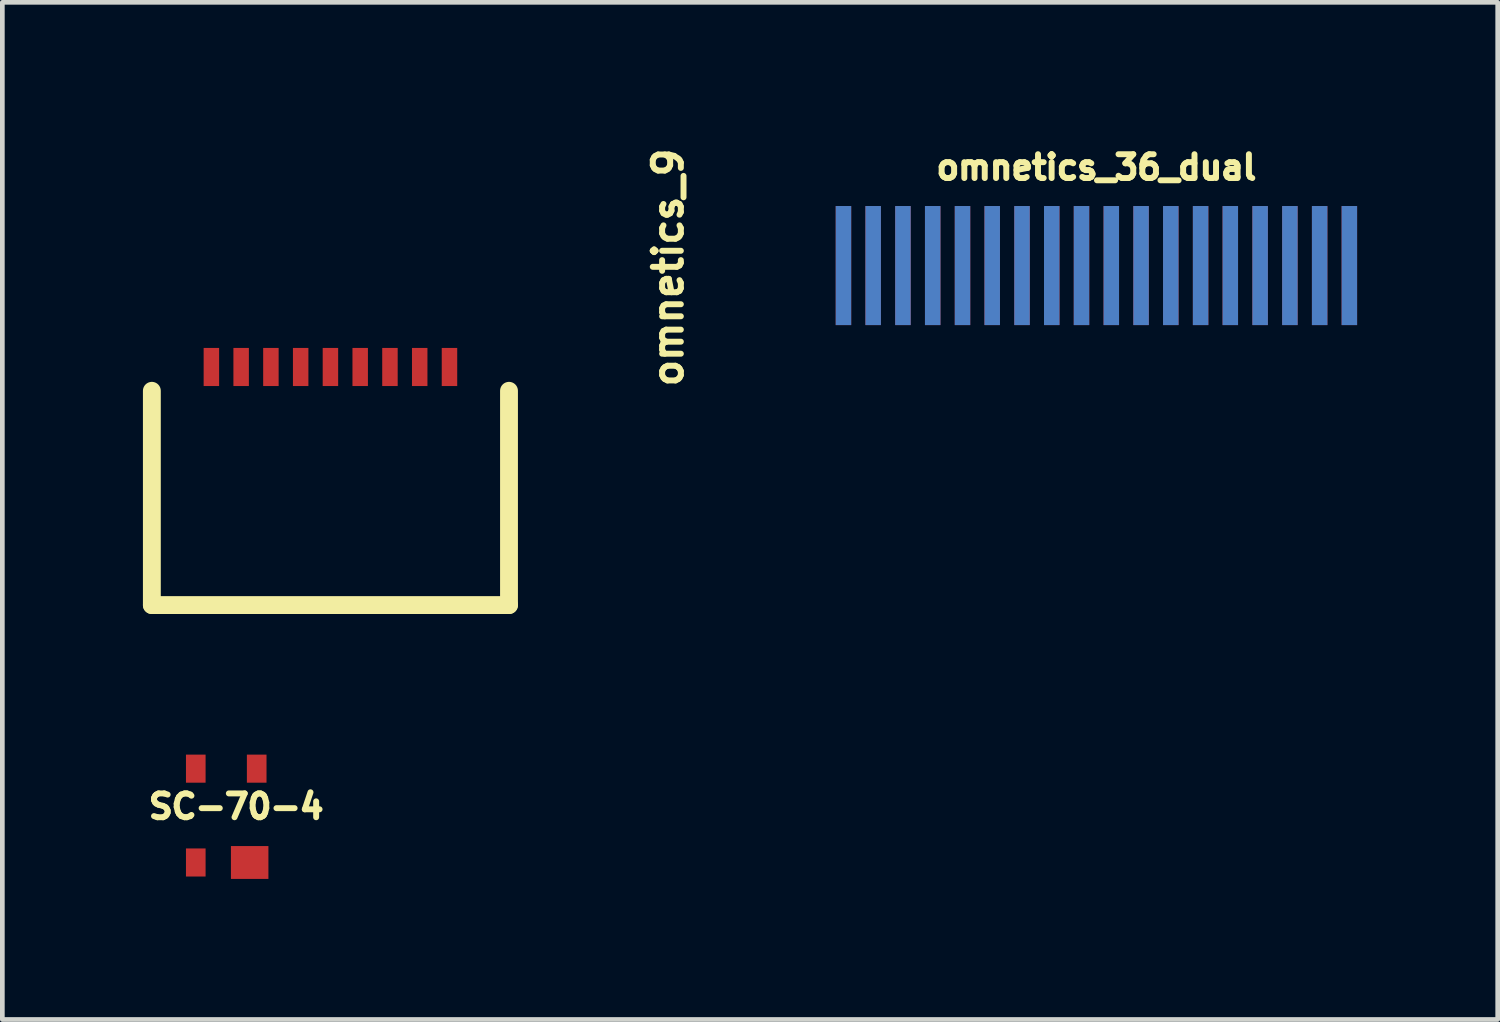
<source format=kicad_pcb>
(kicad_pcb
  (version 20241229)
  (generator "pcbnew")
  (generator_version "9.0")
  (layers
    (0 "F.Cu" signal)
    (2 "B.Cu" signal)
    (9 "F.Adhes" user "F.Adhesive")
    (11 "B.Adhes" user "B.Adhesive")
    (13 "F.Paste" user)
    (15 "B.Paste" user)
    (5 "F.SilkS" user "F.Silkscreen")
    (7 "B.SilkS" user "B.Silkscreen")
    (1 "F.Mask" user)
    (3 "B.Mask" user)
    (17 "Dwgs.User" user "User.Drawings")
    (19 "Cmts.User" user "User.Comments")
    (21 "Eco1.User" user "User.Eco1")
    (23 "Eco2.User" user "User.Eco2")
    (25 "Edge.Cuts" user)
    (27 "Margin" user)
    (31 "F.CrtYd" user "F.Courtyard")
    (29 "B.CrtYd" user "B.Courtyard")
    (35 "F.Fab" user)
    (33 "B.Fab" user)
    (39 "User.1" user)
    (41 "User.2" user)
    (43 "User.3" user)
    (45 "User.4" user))
  (footprint "omnetics_9"
    (layer "F.Cu")
    (at 4 4.78)
    (property "Reference" "omnetics_9" (at 7.206 -2.123 90) (layer "F.SilkS") (effects (font (size 0.599 0.599) (thickness 0.127))))
    (attr through_hole)
    (fp_line (start -3.81 5.08) (end -3.81 0.508) (stroke (width 0.381) (type solid)) (layer "F.SilkS"))
    (fp_line (start 3.81 0.508) (end 3.81 5.08) (stroke (width 0.381) (type solid)) (layer "F.SilkS"))
    (fp_line (start 3.81 5.08) (end -3.81 5.08) (stroke (width 0.381) (type solid)) (layer "F.SilkS"))
    (pad "1" smd rect (at -2.54 0) (size 0.33 0.813) (layers "F.Cu" "F.Mask" "F.Paste"))
    (pad "2" smd rect (at -1.905 0) (size 0.33 0.813) (layers "F.Cu" "F.Mask" "F.Paste"))
    (pad "3" smd rect (at -1.27 0) (size 0.33 0.813) (layers "F.Cu" "F.Mask" "F.Paste"))
    (pad "4" smd rect (at -0.635 0) (size 0.33 0.813) (layers "F.Cu" "F.Mask" "F.Paste"))
    (pad "5" smd rect (at 0 0) (size 0.33 0.813) (layers "F.Cu" "F.Mask" "F.Paste"))
    (pad "6" smd rect (at 0.635 0) (size 0.33 0.813) (layers "F.Cu" "F.Mask" "F.Paste"))
    (pad "7" smd rect (at 1.27 0) (size 0.33 0.813) (layers "F.Cu" "F.Mask" "F.Paste"))
    (pad "8" smd rect (at 1.905 0) (size 0.33 0.813) (layers "F.Cu" "F.Mask" "F.Paste"))
    (pad "9" smd rect (at 2.54 0) (size 0.33 0.813) (layers "F.Cu" "F.Mask" "F.Paste")))
  (footprint "omnetics_36_dual"
    (layer "F.Cu")
    (at 20.343 2.552)
    (property "Reference" "omnetics_36_dual" (at 0 -2.032 0) (layer "F.SilkS") (effects (font (size 0.508 0.508) (thickness 0.127))))
    (attr through_hole)
    (pad "1" smd rect (at -5.397 0.064) (size 0.33 2.54) (layers "F.Cu" "F.Mask" "F.Paste"))
    (pad "2" smd rect (at -4.763 0.064) (size 0.33 2.54) (layers "F.Cu" "F.Mask" "F.Paste"))
    (pad "3" smd rect (at -4.128 0.064) (size 0.33 2.54) (layers "F.Cu" "F.Mask" "F.Paste"))
    (pad "4" smd rect (at -3.493 0.064) (size 0.33 2.54) (layers "F.Cu" "F.Mask" "F.Paste"))
    (pad "5" smd rect (at -2.857 0.064) (size 0.33 2.54) (layers "F.Cu" "F.Mask" "F.Paste"))
    (pad "6" smd rect (at -2.223 0.064) (size 0.33 2.54) (layers "F.Cu" "F.Mask" "F.Paste"))
    (pad "7" smd rect (at -1.587 0.064) (size 0.33 2.54) (layers "F.Cu" "F.Mask" "F.Paste"))
    (pad "8" smd rect (at -0.953 0.064) (size 0.33 2.54) (layers "F.Cu" "F.Mask" "F.Paste"))
    (pad "9" smd rect (at -0.318 0.064) (size 0.33 2.54) (layers "F.Cu" "F.Mask" "F.Paste"))
    (pad "10" smd rect (at 0.318 0.064) (size 0.33 2.54) (layers "F.Cu" "F.Mask" "F.Paste"))
    (pad "11" smd rect (at 0.953 0.064) (size 0.33 2.54) (layers "F.Cu" "F.Mask" "F.Paste"))
    (pad "12" smd rect (at 1.587 0.064) (size 0.33 2.54) (layers "F.Cu" "F.Mask" "F.Paste"))
    (pad "13" smd rect (at 2.223 0.064) (size 0.33 2.54) (layers "F.Cu" "F.Mask" "F.Paste"))
    (pad "14" smd rect (at 2.857 0.064) (size 0.33 2.54) (layers "F.Cu" "F.Mask" "F.Paste"))
    (pad "15" smd rect (at 3.493 0.064) (size 0.33 2.54) (layers "F.Cu" "F.Mask" "F.Paste"))
    (pad "16" smd rect (at 4.128 0.064) (size 0.33 2.54) (layers "F.Cu" "F.Mask" "F.Paste"))
    (pad "17" smd rect (at 4.763 0.064) (size 0.33 2.54) (layers "F.Cu" "F.Mask" "F.Paste"))
    (pad "18" smd rect (at 5.397 0.064) (size 0.33 2.54) (layers "F.Cu" "F.Mask" "F.Paste"))
    (pad "19" smd rect (at -5.397 0.064) (size 0.33 2.54) (layers "B.Cu" "B.Mask" "B.Paste"))
    (pad "20" smd rect (at -4.763 0.064) (size 0.33 2.54) (layers "B.Cu" "B.Mask" "B.Paste"))
    (pad "21" smd rect (at -4.128 0.064) (size 0.33 2.54) (layers "B.Cu" "B.Mask" "B.Paste"))
    (pad "22" smd rect (at -3.493 0.064) (size 0.33 2.54) (layers "B.Cu" "B.Mask" "B.Paste"))
    (pad "23" smd rect (at -2.857 0.064) (size 0.33 2.54) (layers "B.Cu" "B.Mask" "B.Paste"))
    (pad "24" smd rect (at -2.223 0.064) (size 0.33 2.54) (layers "B.Cu" "B.Mask" "B.Paste"))
    (pad "25" smd rect (at -1.587 0.064) (size 0.33 2.54) (layers "B.Cu" "B.Mask" "B.Paste"))
    (pad "26" smd rect (at -0.953 0.064) (size 0.33 2.54) (layers "B.Cu" "B.Mask" "B.Paste"))
    (pad "27" smd rect (at -0.318 0.064) (size 0.33 2.54) (layers "B.Cu" "B.Mask" "B.Paste"))
    (pad "28" smd rect (at 0.318 0.064) (size 0.33 2.54) (layers "B.Cu" "B.Mask" "B.Paste"))
    (pad "29" smd rect (at 0.953 0.064) (size 0.33 2.54) (layers "B.Cu" "B.Mask" "B.Paste"))
    (pad "30" smd rect (at 1.587 0.064) (size 0.33 2.54) (layers "B.Cu" "B.Mask" "B.Paste"))
    (pad "31" smd rect (at 2.223 0.064) (size 0.33 2.54) (layers "B.Cu" "B.Mask" "B.Paste"))
    (pad "32" smd rect (at 2.857 0.064) (size 0.33 2.54) (layers "B.Cu" "B.Mask" "B.Paste"))
    (pad "33" smd rect (at 3.493 0.064) (size 0.33 2.54) (layers "B.Cu" "B.Mask" "B.Paste"))
    (pad "34" smd rect (at 4.128 0.064) (size 0.33 2.54) (layers "B.Cu" "B.Mask" "B.Paste"))
    (pad "35" smd rect (at 4.763 0.064) (size 0.33 2.54) (layers "B.Cu" "B.Mask" "B.Paste"))
    (pad "36" smd rect (at 5.397 0.064) (size 0.33 2.54) (layers "B.Cu" "B.Mask" "B.Paste")))
  (footprint "SC-70-4"
    (layer "F.Cu")
    (at 1.777 14.351)
    (property "Reference" "SC-70-4" (at 0.213 -0.193 0) (layer "F.SilkS") (effects (font (size 0.508 0.508) (thickness 0.127))))
    (attr through_hole)
    (pad "1" smd rect (at -0.65 1.001) (size 0.419 0.599) (layers "F.Cu" "F.Mask" "F.Paste"))
    (pad "2" smd rect (at 0.5 1.001) (size 0.8 0.701) (layers "F.Cu" "F.Mask" "F.Paste"))
    (pad "3" smd rect (at 0.65 -1.001) (size 0.419 0.599) (layers "F.Cu" "F.Mask" "F.Paste"))
    (pad "4" smd rect (at -0.65 -1.001) (size 0.419 0.599) (layers "F.Cu" "F.Mask" "F.Paste")))
  (gr_rect
    (start -3 -3)
    (end 28.905 18.702)
    (stroke (width 0.1) (type default))
    (fill no)
    (layer "Edge.Cuts")))
</source>
